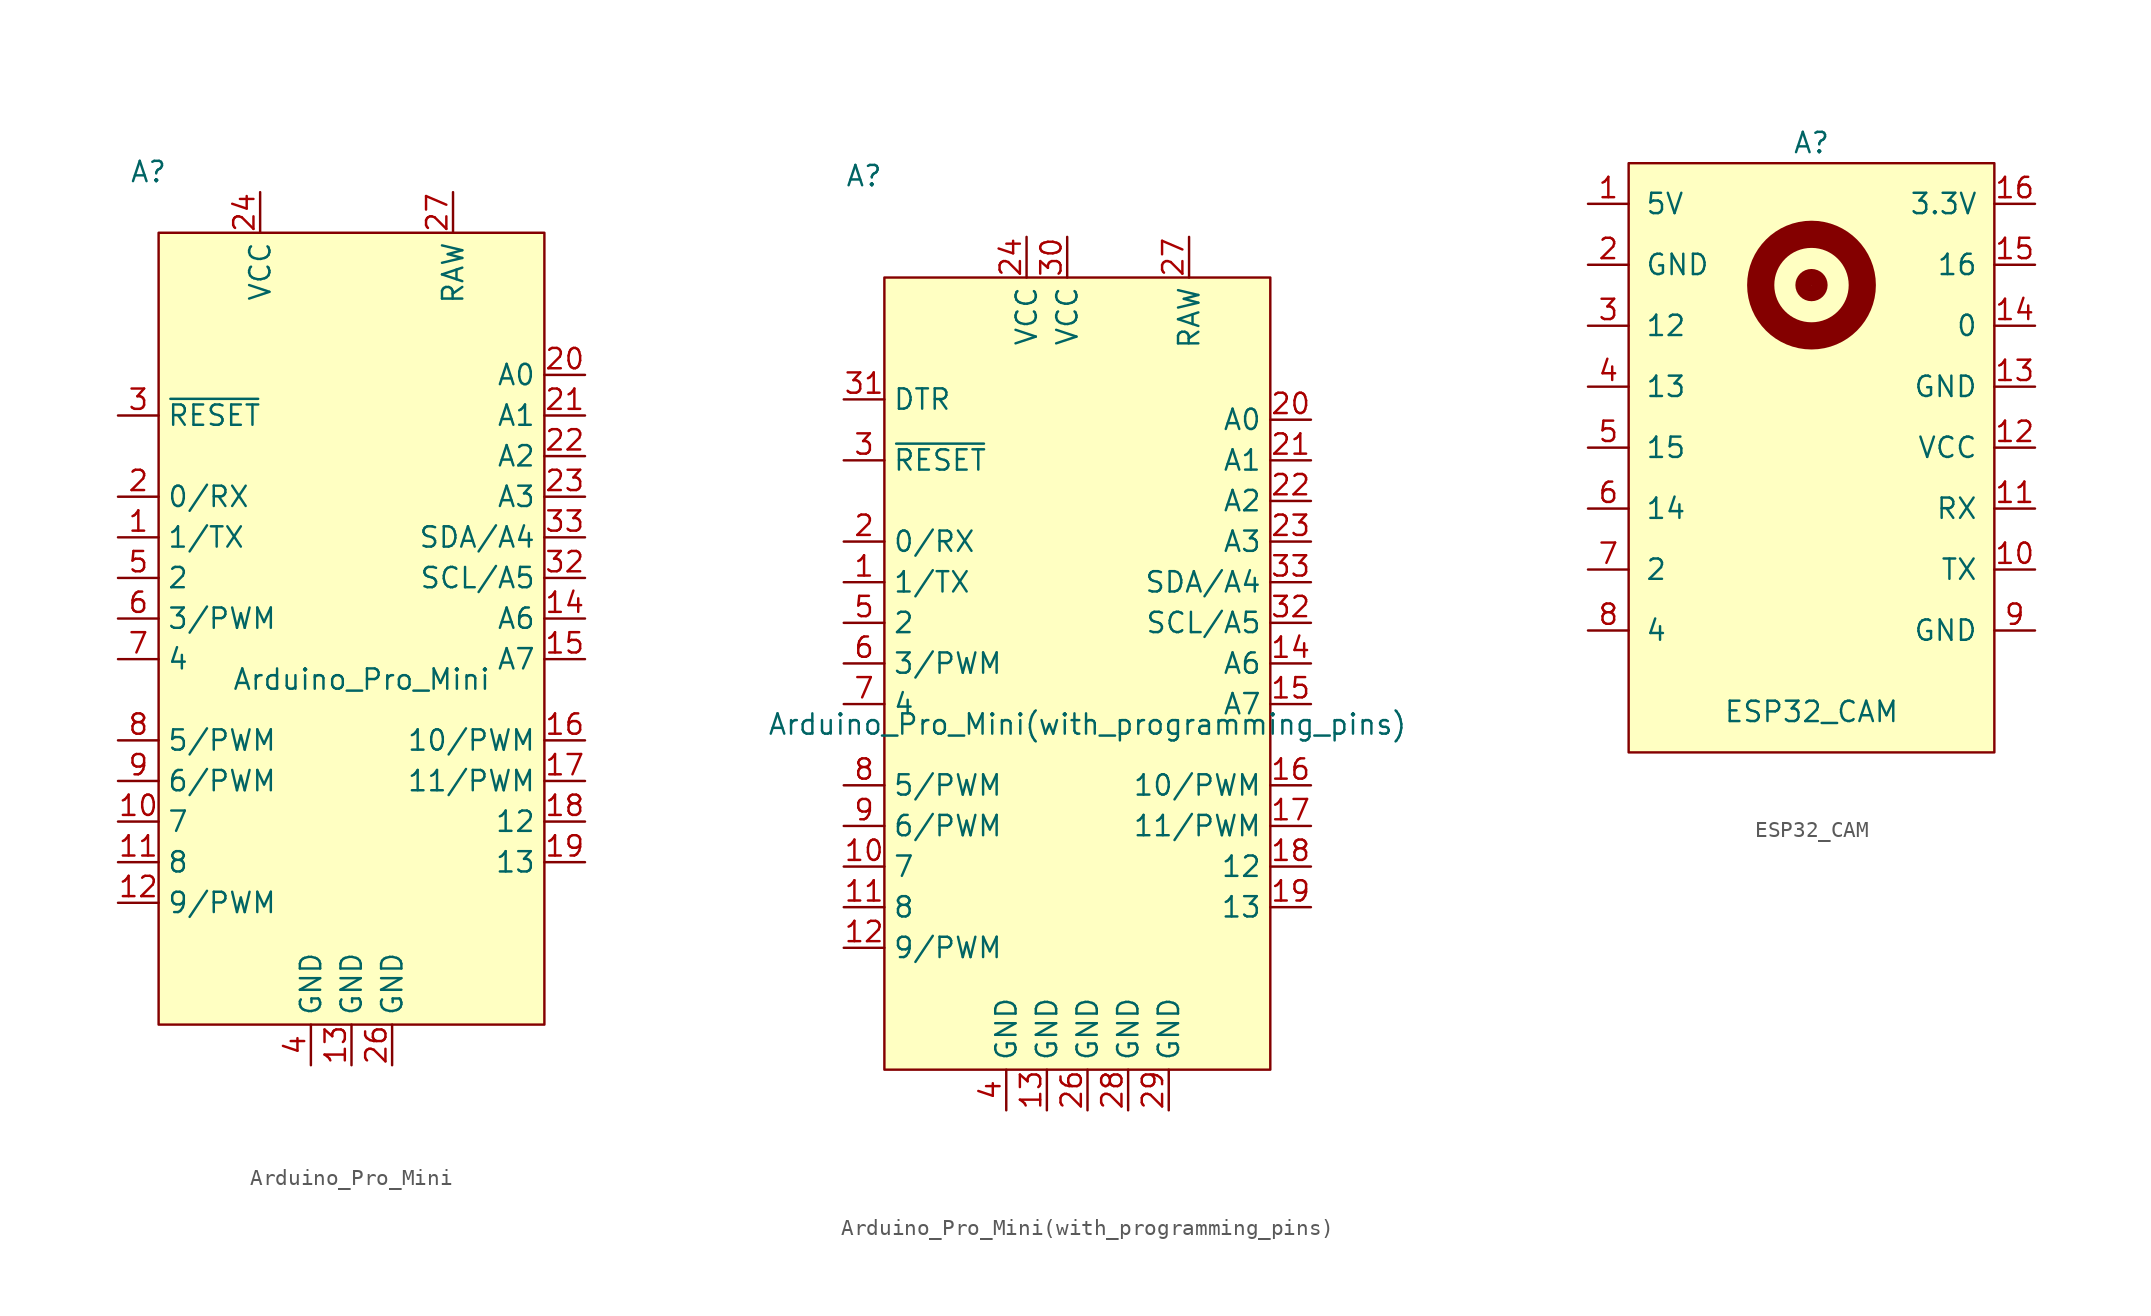
<source format=kicad_sym>
(kicad_symbol_lib
  (version 20211014)
  (generator kicad_symbol_editor)
  (symbol "Arduino_Pro_Mini"
    (property "Reference" "A"
      (at -12.7 27.94 0)
      (effects (font (size 1.27 1.27))))
    (property "Value" "Arduino_Pro_Mini"
      (at 0.635 -3.81 0)
      (effects (font (size 1.27 1.27))))
    (symbol "Arduino_Pro_Mini_0_1"
      (rectangle (start -12.065 24.13) (end 12.065 -25.4) (stroke (width 0) (type default) (color 0 0 0 0)) (fill (type background))))
    (symbol "Arduino_Pro_Mini_1_1"
      (pin bidirectional line (at -14.605 5.08 0) (length 2.54) (name "1/TX" (effects (font (size 1.27 1.27)))) (number "1" (effects (font (size 1.27 1.27)))))
      (pin bidirectional line (at -14.605 -12.7 0) (length 2.54) (name "7" (effects (font (size 1.27 1.27)))) (number "10" (effects (font (size 1.27 1.27)))))
      (pin bidirectional line (at -14.605 -15.24 0) (length 2.54) (name "8" (effects (font (size 1.27 1.27)))) (number "11" (effects (font (size 1.27 1.27)))))
      (pin bidirectional line (at -14.605 -17.78 0) (length 2.54) (name "9/PWM" (effects (font (size 1.27 1.27)))) (number "12" (effects (font (size 1.27 1.27)))))
      (pin power_in line (at 0 -27.94 90) (length 2.54) (name "GND" (effects (font (size 1.27 1.27)))) (number "13" (effects (font (size 1.27 1.27)))))
      (pin bidirectional line (at 14.605 0 180) (length 2.54) (name "A6" (effects (font (size 1.27 1.27)))) (number "14" (effects (font (size 1.27 1.27)))))
      (pin bidirectional line (at 14.605 -2.54 180) (length 2.54) (name "A7" (effects (font (size 1.27 1.27)))) (number "15" (effects (font (size 1.27 1.27)))))
      (pin bidirectional line (at 14.605 -7.62 180) (length 2.54) (name "10/PWM" (effects (font (size 1.27 1.27)))) (number "16" (effects (font (size 1.27 1.27)))))
      (pin bidirectional line (at 14.605 -10.16 180) (length 2.54) (name "11/PWM" (effects (font (size 1.27 1.27)))) (number "17" (effects (font (size 1.27 1.27)))))
      (pin bidirectional line (at 14.605 -12.7 180) (length 2.54) (name "12" (effects (font (size 1.27 1.27)))) (number "18" (effects (font (size 1.27 1.27)))))
      (pin bidirectional line (at 14.605 -15.24 180) (length 2.54) (name "13" (effects (font (size 1.27 1.27)))) (number "19" (effects (font (size 1.27 1.27)))))
      (pin bidirectional line (at -14.605 7.62 0) (length 2.54) (name "0/RX" (effects (font (size 1.27 1.27)))) (number "2" (effects (font (size 1.27 1.27)))))
      (pin bidirectional line (at 14.605 15.24 180) (length 2.54) (name "A0" (effects (font (size 1.27 1.27)))) (number "20" (effects (font (size 1.27 1.27)))))
      (pin bidirectional line (at 14.605 12.7 180) (length 2.54) (name "A1" (effects (font (size 1.27 1.27)))) (number "21" (effects (font (size 1.27 1.27)))))
      (pin bidirectional line (at 14.605 10.16 180) (length 2.54) (name "A2" (effects (font (size 1.27 1.27)))) (number "22" (effects (font (size 1.27 1.27)))))
      (pin bidirectional line (at 14.605 7.62 180) (length 2.54) (name "A3" (effects (font (size 1.27 1.27)))) (number "23" (effects (font (size 1.27 1.27)))))
      (pin power_in line (at -5.715 26.67 270) (length 2.54) (name "VCC" (effects (font (size 1.27 1.27)))) (number "24" (effects (font (size 1.27 1.27)))))
      (pin power_in line (at 2.54 -27.94 90) (length 2.54) (name "GND" (effects (font (size 1.27 1.27)))) (number "26" (effects (font (size 1.27 1.27)))))
      (pin power_in line (at 6.35 26.67 270) (length 2.54) (name "RAW" (effects (font (size 1.27 1.27)))) (number "27" (effects (font (size 1.27 1.27)))))
      (pin bidirectional line (at -14.605 12.7 0) (length 2.54) (name "~{RESET}" (effects (font (size 1.27 1.27)))) (number "3" (effects (font (size 1.27 1.27)))))
      (pin bidirectional line (at 14.605 2.54 180) (length 2.54) (name "SCL/A5" (effects (font (size 1.27 1.27)))) (number "32" (effects (font (size 1.27 1.27)))))
      (pin bidirectional line (at 14.605 5.08 180) (length 2.54) (name "SDA/A4" (effects (font (size 1.27 1.27)))) (number "33" (effects (font (size 1.27 1.27)))))
      (pin power_in line (at -2.54 -27.94 90) (length 2.54) (name "GND" (effects (font (size 1.27 1.27)))) (number "4" (effects (font (size 1.27 1.27)))))
      (pin bidirectional line (at -14.605 2.54 0) (length 2.54) (name "2" (effects (font (size 1.27 1.27)))) (number "5" (effects (font (size 1.27 1.27)))))
      (pin bidirectional line (at -14.605 0 0) (length 2.54) (name "3/PWM" (effects (font (size 1.27 1.27)))) (number "6" (effects (font (size 1.27 1.27)))))
      (pin bidirectional line (at -14.605 -2.54 0) (length 2.54) (name "4" (effects (font (size 1.27 1.27)))) (number "7" (effects (font (size 1.27 1.27)))))
      (pin bidirectional line (at -14.605 -7.62 0) (length 2.54) (name "5/PWM" (effects (font (size 1.27 1.27)))) (number "8" (effects (font (size 1.27 1.27)))))
      (pin bidirectional line (at -14.605 -10.16 0) (length 2.54) (name "6/PWM" (effects (font (size 1.27 1.27)))) (number "9" (effects (font (size 1.27 1.27)))))))
  (symbol "Arduino_Pro_Mini(with_programming_pins)"
    (property "Reference" "A"
      (at -12.7 30.48 0)
      (effects (font (size 1.27 1.27))))
    (property "Value" "Arduino_Pro_Mini(with_programming_pins)"
      (at 1.27 -3.81 0)
      (effects (font (size 1.27 1.27))))
    (symbol "Arduino_Pro_Mini(with_programming_pins)_0_1"
      (rectangle (start -11.43 24.13) (end 12.7 -25.4) (stroke (width 0) (type default) (color 0 0 0 0)) (fill (type background))))
    (symbol "Arduino_Pro_Mini(with_programming_pins)_1_1"
      (pin bidirectional line (at -13.97 5.08 0) (length 2.54) (name "1/TX" (effects (font (size 1.27 1.27)))) (number "1" (effects (font (size 1.27 1.27)))))
      (pin bidirectional line (at -13.97 -12.7 0) (length 2.54) (name "7" (effects (font (size 1.27 1.27)))) (number "10" (effects (font (size 1.27 1.27)))))
      (pin bidirectional line (at -13.97 -15.24 0) (length 2.54) (name "8" (effects (font (size 1.27 1.27)))) (number "11" (effects (font (size 1.27 1.27)))))
      (pin bidirectional line (at -13.97 -17.78 0) (length 2.54) (name "9/PWM" (effects (font (size 1.27 1.27)))) (number "12" (effects (font (size 1.27 1.27)))))
      (pin power_in line (at -1.27 -27.94 90) (length 2.54) (name "GND" (effects (font (size 1.27 1.27)))) (number "13" (effects (font (size 1.27 1.27)))))
      (pin bidirectional line (at 15.24 0 180) (length 2.54) (name "A6" (effects (font (size 1.27 1.27)))) (number "14" (effects (font (size 1.27 1.27)))))
      (pin bidirectional line (at 15.24 -2.54 180) (length 2.54) (name "A7" (effects (font (size 1.27 1.27)))) (number "15" (effects (font (size 1.27 1.27)))))
      (pin bidirectional line (at 15.24 -7.62 180) (length 2.54) (name "10/PWM" (effects (font (size 1.27 1.27)))) (number "16" (effects (font (size 1.27 1.27)))))
      (pin bidirectional line (at 15.24 -10.16 180) (length 2.54) (name "11/PWM" (effects (font (size 1.27 1.27)))) (number "17" (effects (font (size 1.27 1.27)))))
      (pin bidirectional line (at 15.24 -12.7 180) (length 2.54) (name "12" (effects (font (size 1.27 1.27)))) (number "18" (effects (font (size 1.27 1.27)))))
      (pin bidirectional line (at 15.24 -15.24 180) (length 2.54) (name "13" (effects (font (size 1.27 1.27)))) (number "19" (effects (font (size 1.27 1.27)))))
      (pin bidirectional line (at -13.97 7.62 0) (length 2.54) (name "0/RX" (effects (font (size 1.27 1.27)))) (number "2" (effects (font (size 1.27 1.27)))))
      (pin bidirectional line (at 15.24 15.24 180) (length 2.54) (name "A0" (effects (font (size 1.27 1.27)))) (number "20" (effects (font (size 1.27 1.27)))))
      (pin bidirectional line (at 15.24 12.7 180) (length 2.54) (name "A1" (effects (font (size 1.27 1.27)))) (number "21" (effects (font (size 1.27 1.27)))))
      (pin bidirectional line (at 15.24 10.16 180) (length 2.54) (name "A2" (effects (font (size 1.27 1.27)))) (number "22" (effects (font (size 1.27 1.27)))))
      (pin bidirectional line (at 15.24 7.62 180) (length 2.54) (name "A3" (effects (font (size 1.27 1.27)))) (number "23" (effects (font (size 1.27 1.27)))))
      (pin power_in line (at -2.54 26.67 270) (length 2.54) (name "VCC" (effects (font (size 1.27 1.27)))) (number "24" (effects (font (size 1.27 1.27)))))
      (pin power_in line (at 1.27 -27.94 90) (length 2.54) (name "GND" (effects (font (size 1.27 1.27)))) (number "26" (effects (font (size 1.27 1.27)))))
      (pin power_in line (at 7.62 26.67 270) (length 2.54) (name "RAW" (effects (font (size 1.27 1.27)))) (number "27" (effects (font (size 1.27 1.27)))))
      (pin power_in line (at 3.81 -27.94 90) (length 2.54) (name "GND" (effects (font (size 1.27 1.27)))) (number "28" (effects (font (size 1.27 1.27)))))
      (pin power_in line (at 6.35 -27.94 90) (length 2.54) (name "GND" (effects (font (size 1.27 1.27)))) (number "29" (effects (font (size 1.27 1.27)))))
      (pin bidirectional line (at -13.97 12.7 0) (length 2.54) (name "~{RESET}" (effects (font (size 1.27 1.27)))) (number "3" (effects (font (size 1.27 1.27)))))
      (pin power_in line (at 0 26.67 270) (length 2.54) (name "VCC" (effects (font (size 1.27 1.27)))) (number "30" (effects (font (size 1.27 1.27)))))
      (pin bidirectional line (at -13.97 16.51 0) (length 2.54) (name "DTR" (effects (font (size 1.27 1.27)))) (number "31" (effects (font (size 1.27 1.27)))))
      (pin bidirectional line (at 15.24 2.54 180) (length 2.54) (name "SCL/A5" (effects (font (size 1.27 1.27)))) (number "32" (effects (font (size 1.27 1.27)))))
      (pin bidirectional line (at 15.24 5.08 180) (length 2.54) (name "SDA/A4" (effects (font (size 1.27 1.27)))) (number "33" (effects (font (size 1.27 1.27)))))
      (pin power_in line (at -3.81 -27.94 90) (length 2.54) (name "GND" (effects (font (size 1.27 1.27)))) (number "4" (effects (font (size 1.27 1.27)))))
      (pin bidirectional line (at -13.97 2.54 0) (length 2.54) (name "2" (effects (font (size 1.27 1.27)))) (number "5" (effects (font (size 1.27 1.27)))))
      (pin bidirectional line (at -13.97 0 0) (length 2.54) (name "3/PWM" (effects (font (size 1.27 1.27)))) (number "6" (effects (font (size 1.27 1.27)))))
      (pin bidirectional line (at -13.97 -2.54 0) (length 2.54) (name "4" (effects (font (size 1.27 1.27)))) (number "7" (effects (font (size 1.27 1.27)))))
      (pin bidirectional line (at -13.97 -7.62 0) (length 2.54) (name "5/PWM" (effects (font (size 1.27 1.27)))) (number "8" (effects (font (size 1.27 1.27)))))
      (pin bidirectional line (at -13.97 -10.16 0) (length 2.54) (name "6/PWM" (effects (font (size 1.27 1.27)))) (number "9" (effects (font (size 1.27 1.27)))))))
  (symbol "ESP32_CAM"
    (pin_names
      (offset 1.016))
    (property "Reference" "A"
      (at 0 16.51 0)
      (effects (font (size 1.27 1.27))))
    (property "Value" "ESP32_CAM"
      (at 0 -19.05 0)
      (effects (font (size 1.27 1.27))))
    (symbol "ESP32_CAM_0_1"
      (rectangle (start -11.43 15.24) (end 11.43 -21.59) (stroke (width 0) (type default) (color 0 0 0 0)) (fill (type background)))
      (circle (center 0 7.62) (radius 0.508) (stroke (width 1) (type default) (color 0 0 0 0)) (fill (type none)))
      (circle (center 0 7.62) (radius 3.175) (stroke (width 1.7) (type default) (color 0 0 0 0)) (fill (type none)))
      (circle (center 0 7.62) (radius 3.581) (stroke (width 0) (type default) (color 0 0 0 0)) (fill (type none))))
    (symbol "ESP32_CAM_1_1"
      (pin power_in line (at -13.97 12.7 0) (length 2.54) (name "5V" (effects (font (size 1.27 1.27)))) (number "1" (effects (font (size 1.27 1.27)))))
      (pin output line (at 13.97 -10.16 180) (length 2.54) (name "TX" (effects (font (size 1.27 1.27)))) (number "10" (effects (font (size 1.27 1.27)))))
      (pin input line (at 13.97 -6.35 180) (length 2.54) (name "RX" (effects (font (size 1.27 1.27)))) (number "11" (effects (font (size 1.27 1.27)))))
      (pin power_in line (at 13.97 -2.54 180) (length 2.54) (name "VCC" (effects (font (size 1.27 1.27)))) (number "12" (effects (font (size 1.27 1.27)))))
      (pin power_in line (at 13.97 1.27 180) (length 2.54) (name "GND" (effects (font (size 1.27 1.27)))) (number "13" (effects (font (size 1.27 1.27)))))
      (pin bidirectional line (at 13.97 5.08 180) (length 2.54) (name "0" (effects (font (size 1.27 1.27)))) (number "14" (effects (font (size 1.27 1.27)))))
      (pin bidirectional line (at 13.97 8.89 180) (length 2.54) (name "16" (effects (font (size 1.27 1.27)))) (number "15" (effects (font (size 1.27 1.27)))))
      (pin power_in line (at 13.97 12.7 180) (length 2.54) (name "3.3V" (effects (font (size 1.27 1.27)))) (number "16" (effects (font (size 1.27 1.27)))))
      (pin power_in line (at -13.97 8.89 0) (length 2.54) (name "GND" (effects (font (size 1.27 1.27)))) (number "2" (effects (font (size 1.27 1.27)))))
      (pin bidirectional line (at -13.97 5.08 0) (length 2.54) (name "12" (effects (font (size 1.27 1.27)))) (number "3" (effects (font (size 1.27 1.27)))))
      (pin bidirectional line (at -13.97 1.27 0) (length 2.54) (name "13" (effects (font (size 1.27 1.27)))) (number "4" (effects (font (size 1.27 1.27)))))
      (pin bidirectional line (at -13.97 -2.54 0) (length 2.54) (name "15" (effects (font (size 1.27 1.27)))) (number "5" (effects (font (size 1.27 1.27)))))
      (pin bidirectional line (at -13.97 -6.35 0) (length 2.54) (name "14" (effects (font (size 1.27 1.27)))) (number "6" (effects (font (size 1.27 1.27)))))
      (pin bidirectional line (at -13.97 -10.16 0) (length 2.54) (name "2" (effects (font (size 1.27 1.27)))) (number "7" (effects (font (size 1.27 1.27)))))
      (pin bidirectional line (at -13.97 -13.97 0) (length 2.54) (name "4" (effects (font (size 1.27 1.27)))) (number "8" (effects (font (size 1.27 1.27)))))
      (pin power_in line (at 13.97 -13.97 180) (length 2.54) (name "GND" (effects (font (size 1.27 1.27)))) (number "9" (effects (font (size 1.27 1.27))))))))
</source>
